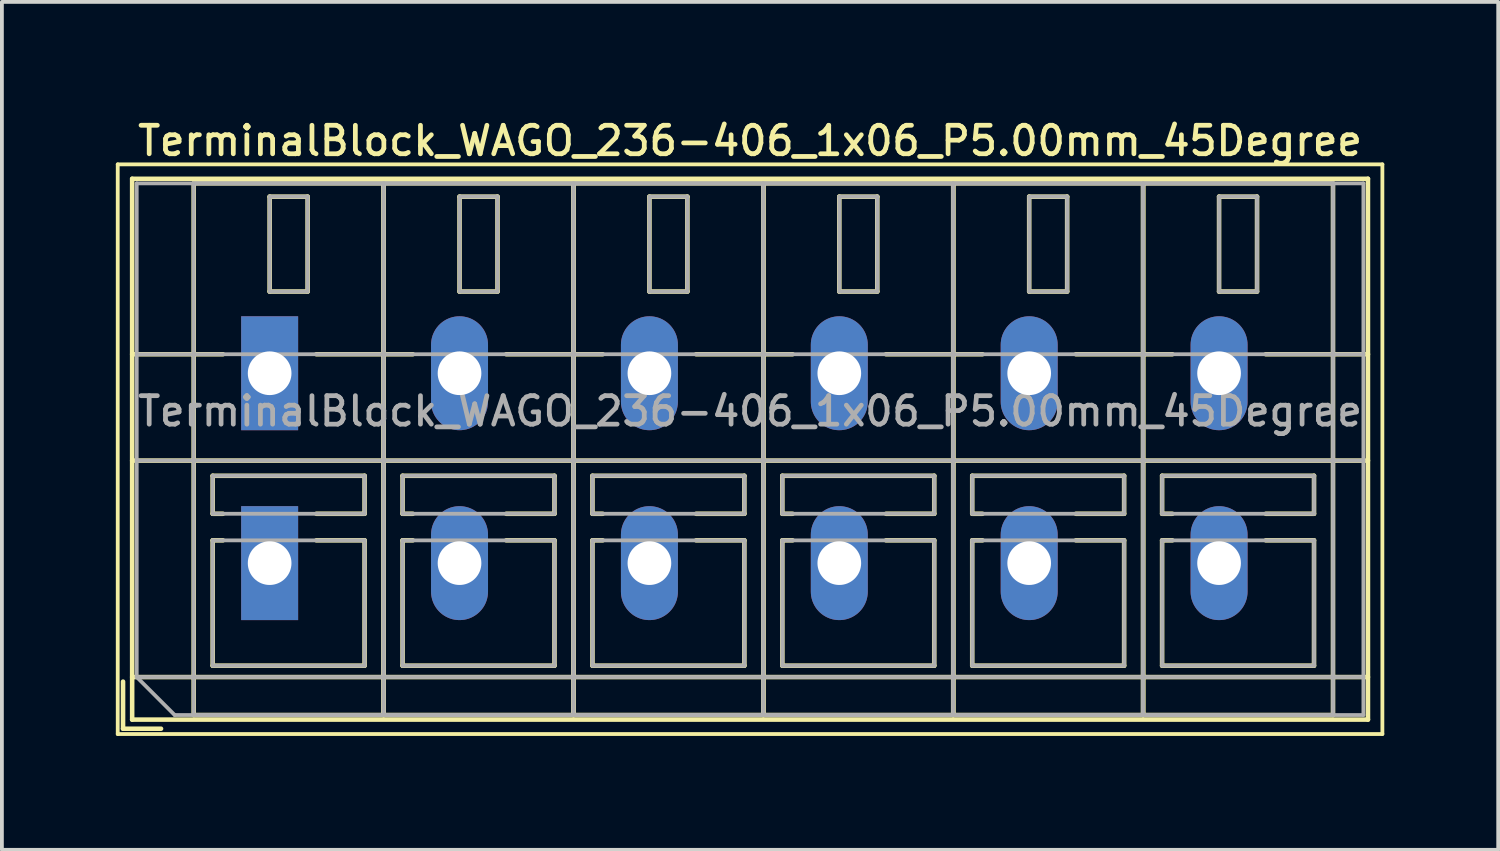
<source format=kicad_pcb>
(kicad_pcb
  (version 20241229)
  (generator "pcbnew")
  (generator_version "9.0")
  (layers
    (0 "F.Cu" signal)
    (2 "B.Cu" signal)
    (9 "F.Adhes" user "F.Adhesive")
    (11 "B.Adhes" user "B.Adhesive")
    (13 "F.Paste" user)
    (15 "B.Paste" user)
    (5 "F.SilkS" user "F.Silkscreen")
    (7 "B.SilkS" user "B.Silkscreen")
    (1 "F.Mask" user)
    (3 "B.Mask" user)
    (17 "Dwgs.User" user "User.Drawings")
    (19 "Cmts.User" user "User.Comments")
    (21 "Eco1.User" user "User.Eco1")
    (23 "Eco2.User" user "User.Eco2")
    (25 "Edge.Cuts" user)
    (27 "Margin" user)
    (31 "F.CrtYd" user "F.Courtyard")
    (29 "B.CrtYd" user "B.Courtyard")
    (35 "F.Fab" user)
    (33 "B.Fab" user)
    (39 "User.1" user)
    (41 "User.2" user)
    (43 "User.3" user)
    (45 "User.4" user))
  (footprint "TerminalBlock_WAGO_236-406_1x06_P5.00mm_45Degree"
    (layer "F.Cu")
    (at 4.05 6.778)
    (property "Reference" "TerminalBlock_WAGO_236-406_1x06_P5.00mm_45Degree" (at 12.65 -6.12 0) (layer "F.SilkS") (effects (font (size 0.75 0.75) (thickness 0.125))))
    (attr through_hole)
    (fp_line (start -4 -5.5) (end -4 9.5) (stroke (width 0.1) (type solid)) (layer "F.SilkS"))
    (fp_line (start -4 9.5) (end 29.3 9.5) (stroke (width 0.1) (type solid)) (layer "F.SilkS"))
    (fp_line (start -3.86 8.12) (end -3.86 9.36) (stroke (width 0.12) (type solid)) (layer "F.SilkS"))
    (fp_line (start -3.86 9.36) (end -2.86 9.36) (stroke (width 0.12) (type solid)) (layer "F.SilkS"))
    (fp_line (start -3.62 -5.12) (end -3.62 9.12) (stroke (width 0.12) (type solid)) (layer "F.SilkS"))
    (fp_line (start -3.62 -5.12) (end 28.92 -5.12) (stroke (width 0.12) (type solid)) (layer "F.SilkS"))
    (fp_line (start -3.62 -0.5) (end -1.23 -0.5) (stroke (width 0.12) (type solid)) (layer "F.SilkS"))
    (fp_line (start -3.62 2.3) (end 28.92 2.3) (stroke (width 0.12) (type solid)) (layer "F.SilkS"))
    (fp_line (start -3.62 8) (end 28.92 8) (stroke (width 0.12) (type solid)) (layer "F.SilkS"))
    (fp_line (start -3.62 9.12) (end 28.92 9.12) (stroke (width 0.12) (type solid)) (layer "F.SilkS"))
    (fp_line (start -2 -5) (end -2 9) (stroke (width 0.12) (type solid)) (layer "F.SilkS"))
    (fp_line (start -2 -5) (end 3 -5) (stroke (width 0.12) (type solid)) (layer "F.SilkS"))
    (fp_line (start -2 9) (end 3 9) (stroke (width 0.12) (type solid)) (layer "F.SilkS"))
    (fp_line (start -1.5 2.7) (end -1.5 3.7) (stroke (width 0.12) (type solid)) (layer "F.SilkS"))
    (fp_line (start -1.5 2.7) (end 2.5 2.7) (stroke (width 0.12) (type solid)) (layer "F.SilkS"))
    (fp_line (start -1.5 3.7) (end -1.23 3.7) (stroke (width 0.12) (type solid)) (layer "F.SilkS"))
    (fp_line (start -1.5 4.4) (end -1.5 7.7) (stroke (width 0.12) (type solid)) (layer "F.SilkS"))
    (fp_line (start -1.5 4.4) (end -1.23 4.4) (stroke (width 0.12) (type solid)) (layer "F.SilkS"))
    (fp_line (start -1.5 7.7) (end 2.5 7.7) (stroke (width 0.12) (type solid)) (layer "F.SilkS"))
    (fp_line (start 0 -4.65) (end 0 -2.151) (stroke (width 0.12) (type solid)) (layer "F.SilkS"))
    (fp_line (start 0 -4.65) (end 1 -4.65) (stroke (width 0.12) (type solid)) (layer "F.SilkS"))
    (fp_line (start 0 -2.151) (end 1 -2.151) (stroke (width 0.12) (type solid)) (layer "F.SilkS"))
    (fp_line (start 1 -4.65) (end 1 -2.151) (stroke (width 0.12) (type solid)) (layer "F.SilkS"))
    (fp_line (start 1.23 -0.5) (end 3.77 -0.5) (stroke (width 0.12) (type solid)) (layer "F.SilkS"))
    (fp_line (start 1.23 3.7) (end 2.5 3.7) (stroke (width 0.12) (type solid)) (layer "F.SilkS"))
    (fp_line (start 1.23 4.4) (end 2.5 4.4) (stroke (width 0.12) (type solid)) (layer "F.SilkS"))
    (fp_line (start 2.5 2.7) (end 2.5 3.7) (stroke (width 0.12) (type solid)) (layer "F.SilkS"))
    (fp_line (start 2.5 4.4) (end 2.5 7.7) (stroke (width 0.12) (type solid)) (layer "F.SilkS"))
    (fp_line (start 3 -5) (end 3 9) (stroke (width 0.12) (type solid)) (layer "F.SilkS"))
    (fp_line (start 3 -5) (end 3 9) (stroke (width 0.12) (type solid)) (layer "F.SilkS"))
    (fp_line (start 3 -5) (end 8 -5) (stroke (width 0.12) (type solid)) (layer "F.SilkS"))
    (fp_line (start 3 9) (end 8 9) (stroke (width 0.12) (type solid)) (layer "F.SilkS"))
    (fp_line (start 3.5 2.7) (end 3.5 3.7) (stroke (width 0.12) (type solid)) (layer "F.SilkS"))
    (fp_line (start 3.5 2.7) (end 7.5 2.7) (stroke (width 0.12) (type solid)) (layer "F.SilkS"))
    (fp_line (start 3.5 3.7) (end 3.77 3.7) (stroke (width 0.12) (type solid)) (layer "F.SilkS"))
    (fp_line (start 3.5 4.4) (end 3.5 7.7) (stroke (width 0.12) (type solid)) (layer "F.SilkS"))
    (fp_line (start 3.5 4.4) (end 3.77 4.4) (stroke (width 0.12) (type solid)) (layer "F.SilkS"))
    (fp_line (start 3.5 7.7) (end 7.5 7.7) (stroke (width 0.12) (type solid)) (layer "F.SilkS"))
    (fp_line (start 5 -4.65) (end 5 -2.151) (stroke (width 0.12) (type solid)) (layer "F.SilkS"))
    (fp_line (start 5 -4.65) (end 6 -4.65) (stroke (width 0.12) (type solid)) (layer "F.SilkS"))
    (fp_line (start 5 -2.151) (end 6 -2.151) (stroke (width 0.12) (type solid)) (layer "F.SilkS"))
    (fp_line (start 6 -4.65) (end 6 -2.151) (stroke (width 0.12) (type solid)) (layer "F.SilkS"))
    (fp_line (start 6.23 -0.5) (end 8.77 -0.5) (stroke (width 0.12) (type solid)) (layer "F.SilkS"))
    (fp_line (start 6.23 3.7) (end 7.5 3.7) (stroke (width 0.12) (type solid)) (layer "F.SilkS"))
    (fp_line (start 6.23 4.4) (end 7.5 4.4) (stroke (width 0.12) (type solid)) (layer "F.SilkS"))
    (fp_line (start 7.5 2.7) (end 7.5 3.7) (stroke (width 0.12) (type solid)) (layer "F.SilkS"))
    (fp_line (start 7.5 4.4) (end 7.5 7.7) (stroke (width 0.12) (type solid)) (layer "F.SilkS"))
    (fp_line (start 8 -5) (end 8 9) (stroke (width 0.12) (type solid)) (layer "F.SilkS"))
    (fp_line (start 8 -5) (end 8 9) (stroke (width 0.12) (type solid)) (layer "F.SilkS"))
    (fp_line (start 8 -5) (end 13 -5) (stroke (width 0.12) (type solid)) (layer "F.SilkS"))
    (fp_line (start 8 9) (end 13 9) (stroke (width 0.12) (type solid)) (layer "F.SilkS"))
    (fp_line (start 8.5 2.7) (end 8.5 3.7) (stroke (width 0.12) (type solid)) (layer "F.SilkS"))
    (fp_line (start 8.5 2.7) (end 12.5 2.7) (stroke (width 0.12) (type solid)) (layer "F.SilkS"))
    (fp_line (start 8.5 3.7) (end 8.77 3.7) (stroke (width 0.12) (type solid)) (layer "F.SilkS"))
    (fp_line (start 8.5 4.4) (end 8.5 7.7) (stroke (width 0.12) (type solid)) (layer "F.SilkS"))
    (fp_line (start 8.5 4.4) (end 8.77 4.4) (stroke (width 0.12) (type solid)) (layer "F.SilkS"))
    (fp_line (start 8.5 7.7) (end 12.5 7.7) (stroke (width 0.12) (type solid)) (layer "F.SilkS"))
    (fp_line (start 10 -4.65) (end 10 -2.151) (stroke (width 0.12) (type solid)) (layer "F.SilkS"))
    (fp_line (start 10 -4.65) (end 11 -4.65) (stroke (width 0.12) (type solid)) (layer "F.SilkS"))
    (fp_line (start 10 -2.151) (end 11 -2.151) (stroke (width 0.12) (type solid)) (layer "F.SilkS"))
    (fp_line (start 11 -4.65) (end 11 -2.151) (stroke (width 0.12) (type solid)) (layer "F.SilkS"))
    (fp_line (start 11.23 -0.5) (end 13.77 -0.5) (stroke (width 0.12) (type solid)) (layer "F.SilkS"))
    (fp_line (start 11.23 3.7) (end 12.5 3.7) (stroke (width 0.12) (type solid)) (layer "F.SilkS"))
    (fp_line (start 11.23 4.4) (end 12.5 4.4) (stroke (width 0.12) (type solid)) (layer "F.SilkS"))
    (fp_line (start 12.5 2.7) (end 12.5 3.7) (stroke (width 0.12) (type solid)) (layer "F.SilkS"))
    (fp_line (start 12.5 4.4) (end 12.5 7.7) (stroke (width 0.12) (type solid)) (layer "F.SilkS"))
    (fp_line (start 13 -5) (end 13 9) (stroke (width 0.12) (type solid)) (layer "F.SilkS"))
    (fp_line (start 13 -5) (end 13 9) (stroke (width 0.12) (type solid)) (layer "F.SilkS"))
    (fp_line (start 13 -5) (end 18 -5) (stroke (width 0.12) (type solid)) (layer "F.SilkS"))
    (fp_line (start 13 9) (end 18 9) (stroke (width 0.12) (type solid)) (layer "F.SilkS"))
    (fp_line (start 13.5 2.7) (end 13.5 3.7) (stroke (width 0.12) (type solid)) (layer "F.SilkS"))
    (fp_line (start 13.5 2.7) (end 17.5 2.7) (stroke (width 0.12) (type solid)) (layer "F.SilkS"))
    (fp_line (start 13.5 3.7) (end 13.77 3.7) (stroke (width 0.12) (type solid)) (layer "F.SilkS"))
    (fp_line (start 13.5 4.4) (end 13.5 7.7) (stroke (width 0.12) (type solid)) (layer "F.SilkS"))
    (fp_line (start 13.5 4.4) (end 13.77 4.4) (stroke (width 0.12) (type solid)) (layer "F.SilkS"))
    (fp_line (start 13.5 7.7) (end 17.5 7.7) (stroke (width 0.12) (type solid)) (layer "F.SilkS"))
    (fp_line (start 15 -4.65) (end 15 -2.151) (stroke (width 0.12) (type solid)) (layer "F.SilkS"))
    (fp_line (start 15 -4.65) (end 16 -4.65) (stroke (width 0.12) (type solid)) (layer "F.SilkS"))
    (fp_line (start 15 -2.151) (end 16 -2.151) (stroke (width 0.12) (type solid)) (layer "F.SilkS"))
    (fp_line (start 16 -4.65) (end 16 -2.151) (stroke (width 0.12) (type solid)) (layer "F.SilkS"))
    (fp_line (start 16.23 -0.5) (end 18.77 -0.5) (stroke (width 0.12) (type solid)) (layer "F.SilkS"))
    (fp_line (start 16.23 3.7) (end 17.5 3.7) (stroke (width 0.12) (type solid)) (layer "F.SilkS"))
    (fp_line (start 16.23 4.4) (end 17.5 4.4) (stroke (width 0.12) (type solid)) (layer "F.SilkS"))
    (fp_line (start 17.5 2.7) (end 17.5 3.7) (stroke (width 0.12) (type solid)) (layer "F.SilkS"))
    (fp_line (start 17.5 4.4) (end 17.5 7.7) (stroke (width 0.12) (type solid)) (layer "F.SilkS"))
    (fp_line (start 18 -5) (end 18 9) (stroke (width 0.12) (type solid)) (layer "F.SilkS"))
    (fp_line (start 18 -5) (end 18 9) (stroke (width 0.12) (type solid)) (layer "F.SilkS"))
    (fp_line (start 18 -5) (end 23 -5) (stroke (width 0.12) (type solid)) (layer "F.SilkS"))
    (fp_line (start 18 9) (end 23 9) (stroke (width 0.12) (type solid)) (layer "F.SilkS"))
    (fp_line (start 18.5 2.7) (end 18.5 3.7) (stroke (width 0.12) (type solid)) (layer "F.SilkS"))
    (fp_line (start 18.5 2.7) (end 22.5 2.7) (stroke (width 0.12) (type solid)) (layer "F.SilkS"))
    (fp_line (start 18.5 3.7) (end 18.77 3.7) (stroke (width 0.12) (type solid)) (layer "F.SilkS"))
    (fp_line (start 18.5 4.4) (end 18.5 7.7) (stroke (width 0.12) (type solid)) (layer "F.SilkS"))
    (fp_line (start 18.5 4.4) (end 18.77 4.4) (stroke (width 0.12) (type solid)) (layer "F.SilkS"))
    (fp_line (start 18.5 7.7) (end 22.5 7.7) (stroke (width 0.12) (type solid)) (layer "F.SilkS"))
    (fp_line (start 20 -4.65) (end 20 -2.151) (stroke (width 0.12) (type solid)) (layer "F.SilkS"))
    (fp_line (start 20 -4.65) (end 21 -4.65) (stroke (width 0.12) (type solid)) (layer "F.SilkS"))
    (fp_line (start 20 -2.151) (end 21 -2.151) (stroke (width 0.12) (type solid)) (layer "F.SilkS"))
    (fp_line (start 21 -4.65) (end 21 -2.151) (stroke (width 0.12) (type solid)) (layer "F.SilkS"))
    (fp_line (start 21.23 -0.5) (end 23.77 -0.5) (stroke (width 0.12) (type solid)) (layer "F.SilkS"))
    (fp_line (start 21.23 3.7) (end 22.5 3.7) (stroke (width 0.12) (type solid)) (layer "F.SilkS"))
    (fp_line (start 21.23 4.4) (end 22.5 4.4) (stroke (width 0.12) (type solid)) (layer "F.SilkS"))
    (fp_line (start 22.5 2.7) (end 22.5 3.7) (stroke (width 0.12) (type solid)) (layer "F.SilkS"))
    (fp_line (start 22.5 4.4) (end 22.5 7.7) (stroke (width 0.12) (type solid)) (layer "F.SilkS"))
    (fp_line (start 23 -5) (end 23 9) (stroke (width 0.12) (type solid)) (layer "F.SilkS"))
    (fp_line (start 23 -5) (end 23 9) (stroke (width 0.12) (type solid)) (layer "F.SilkS"))
    (fp_line (start 23 -5) (end 28 -5) (stroke (width 0.12) (type solid)) (layer "F.SilkS"))
    (fp_line (start 23 9) (end 28 9) (stroke (width 0.12) (type solid)) (layer "F.SilkS"))
    (fp_line (start 23.5 2.7) (end 23.5 3.7) (stroke (width 0.12) (type solid)) (layer "F.SilkS"))
    (fp_line (start 23.5 2.7) (end 27.5 2.7) (stroke (width 0.12) (type solid)) (layer "F.SilkS"))
    (fp_line (start 23.5 3.7) (end 23.77 3.7) (stroke (width 0.12) (type solid)) (layer "F.SilkS"))
    (fp_line (start 23.5 4.4) (end 23.5 7.7) (stroke (width 0.12) (type solid)) (layer "F.SilkS"))
    (fp_line (start 23.5 4.4) (end 23.77 4.4) (stroke (width 0.12) (type solid)) (layer "F.SilkS"))
    (fp_line (start 23.5 7.7) (end 27.5 7.7) (stroke (width 0.12) (type solid)) (layer "F.SilkS"))
    (fp_line (start 25 -4.65) (end 25 -2.151) (stroke (width 0.12) (type solid)) (layer "F.SilkS"))
    (fp_line (start 25 -4.65) (end 26 -4.65) (stroke (width 0.12) (type solid)) (layer "F.SilkS"))
    (fp_line (start 25 -2.151) (end 26 -2.151) (stroke (width 0.12) (type solid)) (layer "F.SilkS"))
    (fp_line (start 26 -4.65) (end 26 -2.151) (stroke (width 0.12) (type solid)) (layer "F.SilkS"))
    (fp_line (start 26.23 -0.5) (end 28.92 -0.5) (stroke (width 0.12) (type solid)) (layer "F.SilkS"))
    (fp_line (start 26.23 3.7) (end 27.5 3.7) (stroke (width 0.12) (type solid)) (layer "F.SilkS"))
    (fp_line (start 26.23 4.4) (end 27.5 4.4) (stroke (width 0.12) (type solid)) (layer "F.SilkS"))
    (fp_line (start 27.5 2.7) (end 27.5 3.7) (stroke (width 0.12) (type solid)) (layer "F.SilkS"))
    (fp_line (start 27.5 4.4) (end 27.5 7.7) (stroke (width 0.12) (type solid)) (layer "F.SilkS"))
    (fp_line (start 28 -5) (end 28 9) (stroke (width 0.12) (type solid)) (layer "F.SilkS"))
    (fp_line (start 28.92 -5.12) (end 28.92 9.12) (stroke (width 0.12) (type solid)) (layer "F.SilkS"))
    (fp_line (start 29.3 -5.5) (end -4 -5.5) (stroke (width 0.1) (type solid)) (layer "F.SilkS"))
    (fp_line (start 29.3 9.5) (end 29.3 -5.5) (stroke (width 0.1) (type solid)) (layer "F.SilkS"))
    (fp_line (start -3.5 -5) (end 28.8 -5) (stroke (width 0.1) (type solid)) (layer "F.Fab"))
    (fp_line (start -3.5 -0.5) (end 28.8 -0.5) (stroke (width 0.1) (type solid)) (layer "F.Fab"))
    (fp_line (start -3.5 2.3) (end 28.8 2.3) (stroke (width 0.1) (type solid)) (layer "F.Fab"))
    (fp_line (start -3.5 8) (end -3.5 -5) (stroke (width 0.1) (type solid)) (layer "F.Fab"))
    (fp_line (start -3.5 8) (end 28.8 8) (stroke (width 0.1) (type solid)) (layer "F.Fab"))
    (fp_line (start -2.5 9) (end -3.5 8) (stroke (width 0.1) (type solid)) (layer "F.Fab"))
    (fp_line (start -2 -5) (end -2 9) (stroke (width 0.1) (type solid)) (layer "F.Fab"))
    (fp_line (start -2 9) (end 3 9) (stroke (width 0.1) (type solid)) (layer "F.Fab"))
    (fp_line (start -1.5 2.7) (end -1.5 3.7) (stroke (width 0.1) (type solid)) (layer "F.Fab"))
    (fp_line (start -1.5 3.7) (end 2.5 3.7) (stroke (width 0.1) (type solid)) (layer "F.Fab"))
    (fp_line (start -1.5 4.4) (end -1.5 7.7) (stroke (width 0.1) (type solid)) (layer "F.Fab"))
    (fp_line (start -1.5 7.7) (end 2.5 7.7) (stroke (width 0.1) (type solid)) (layer "F.Fab"))
    (fp_line (start 0 -4.65) (end 0 -2.15) (stroke (width 0.1) (type solid)) (layer "F.Fab"))
    (fp_line (start 0 -2.15) (end 1 -2.15) (stroke (width 0.1) (type solid)) (layer "F.Fab"))
    (fp_line (start 1 -4.65) (end 0 -4.65) (stroke (width 0.1) (type solid)) (layer "F.Fab"))
    (fp_line (start 1 -2.15) (end 1 -4.65) (stroke (width 0.1) (type solid)) (layer "F.Fab"))
    (fp_line (start 2.5 2.7) (end -1.5 2.7) (stroke (width 0.1) (type solid)) (layer "F.Fab"))
    (fp_line (start 2.5 3.7) (end 2.5 2.7) (stroke (width 0.1) (type solid)) (layer "F.Fab"))
    (fp_line (start 2.5 4.4) (end -1.5 4.4) (stroke (width 0.1) (type solid)) (layer "F.Fab"))
    (fp_line (start 2.5 7.7) (end 2.5 4.4) (stroke (width 0.1) (type solid)) (layer "F.Fab"))
    (fp_line (start 3 -5) (end -2 -5) (stroke (width 0.1) (type solid)) (layer "F.Fab"))
    (fp_line (start 3 -5) (end 3 9) (stroke (width 0.1) (type solid)) (layer "F.Fab"))
    (fp_line (start 3 9) (end 3 -5) (stroke (width 0.1) (type solid)) (layer "F.Fab"))
    (fp_line (start 3 9) (end 8 9) (stroke (width 0.1) (type solid)) (layer "F.Fab"))
    (fp_line (start 3.5 2.7) (end 3.5 3.7) (stroke (width 0.1) (type solid)) (layer "F.Fab"))
    (fp_line (start 3.5 3.7) (end 7.5 3.7) (stroke (width 0.1) (type solid)) (layer "F.Fab"))
    (fp_line (start 3.5 4.4) (end 3.5 7.7) (stroke (width 0.1) (type solid)) (layer "F.Fab"))
    (fp_line (start 3.5 7.7) (end 7.5 7.7) (stroke (width 0.1) (type solid)) (layer "F.Fab"))
    (fp_line (start 5 -4.65) (end 5 -2.15) (stroke (width 0.1) (type solid)) (layer "F.Fab"))
    (fp_line (start 5 -2.15) (end 6 -2.15) (stroke (width 0.1) (type solid)) (layer "F.Fab"))
    (fp_line (start 6 -4.65) (end 5 -4.65) (stroke (width 0.1) (type solid)) (layer "F.Fab"))
    (fp_line (start 6 -2.15) (end 6 -4.65) (stroke (width 0.1) (type solid)) (layer "F.Fab"))
    (fp_line (start 7.5 2.7) (end 3.5 2.7) (stroke (width 0.1) (type solid)) (layer "F.Fab"))
    (fp_line (start 7.5 3.7) (end 7.5 2.7) (stroke (width 0.1) (type solid)) (layer "F.Fab"))
    (fp_line (start 7.5 4.4) (end 3.5 4.4) (stroke (width 0.1) (type solid)) (layer "F.Fab"))
    (fp_line (start 7.5 7.7) (end 7.5 4.4) (stroke (width 0.1) (type solid)) (layer "F.Fab"))
    (fp_line (start 8 -5) (end 3 -5) (stroke (width 0.1) (type solid)) (layer "F.Fab"))
    (fp_line (start 8 -5) (end 8 9) (stroke (width 0.1) (type solid)) (layer "F.Fab"))
    (fp_line (start 8 9) (end 8 -5) (stroke (width 0.1) (type solid)) (layer "F.Fab"))
    (fp_line (start 8 9) (end 13 9) (stroke (width 0.1) (type solid)) (layer "F.Fab"))
    (fp_line (start 8.5 2.7) (end 8.5 3.7) (stroke (width 0.1) (type solid)) (layer "F.Fab"))
    (fp_line (start 8.5 3.7) (end 12.5 3.7) (stroke (width 0.1) (type solid)) (layer "F.Fab"))
    (fp_line (start 8.5 4.4) (end 8.5 7.7) (stroke (width 0.1) (type solid)) (layer "F.Fab"))
    (fp_line (start 8.5 7.7) (end 12.5 7.7) (stroke (width 0.1) (type solid)) (layer "F.Fab"))
    (fp_line (start 10 -4.65) (end 10 -2.15) (stroke (width 0.1) (type solid)) (layer "F.Fab"))
    (fp_line (start 10 -2.15) (end 11 -2.15) (stroke (width 0.1) (type solid)) (layer "F.Fab"))
    (fp_line (start 11 -4.65) (end 10 -4.65) (stroke (width 0.1) (type solid)) (layer "F.Fab"))
    (fp_line (start 11 -2.15) (end 11 -4.65) (stroke (width 0.1) (type solid)) (layer "F.Fab"))
    (fp_line (start 12.5 2.7) (end 8.5 2.7) (stroke (width 0.1) (type solid)) (layer "F.Fab"))
    (fp_line (start 12.5 3.7) (end 12.5 2.7) (stroke (width 0.1) (type solid)) (layer "F.Fab"))
    (fp_line (start 12.5 4.4) (end 8.5 4.4) (stroke (width 0.1) (type solid)) (layer "F.Fab"))
    (fp_line (start 12.5 7.7) (end 12.5 4.4) (stroke (width 0.1) (type solid)) (layer "F.Fab"))
    (fp_line (start 13 -5) (end 8 -5) (stroke (width 0.1) (type solid)) (layer "F.Fab"))
    (fp_line (start 13 -5) (end 13 9) (stroke (width 0.1) (type solid)) (layer "F.Fab"))
    (fp_line (start 13 9) (end 13 -5) (stroke (width 0.1) (type solid)) (layer "F.Fab"))
    (fp_line (start 13 9) (end 18 9) (stroke (width 0.1) (type solid)) (layer "F.Fab"))
    (fp_line (start 13.5 2.7) (end 13.5 3.7) (stroke (width 0.1) (type solid)) (layer "F.Fab"))
    (fp_line (start 13.5 3.7) (end 17.5 3.7) (stroke (width 0.1) (type solid)) (layer "F.Fab"))
    (fp_line (start 13.5 4.4) (end 13.5 7.7) (stroke (width 0.1) (type solid)) (layer "F.Fab"))
    (fp_line (start 13.5 7.7) (end 17.5 7.7) (stroke (width 0.1) (type solid)) (layer "F.Fab"))
    (fp_line (start 15 -4.65) (end 15 -2.15) (stroke (width 0.1) (type solid)) (layer "F.Fab"))
    (fp_line (start 15 -2.15) (end 16 -2.15) (stroke (width 0.1) (type solid)) (layer "F.Fab"))
    (fp_line (start 16 -4.65) (end 15 -4.65) (stroke (width 0.1) (type solid)) (layer "F.Fab"))
    (fp_line (start 16 -2.15) (end 16 -4.65) (stroke (width 0.1) (type solid)) (layer "F.Fab"))
    (fp_line (start 17.5 2.7) (end 13.5 2.7) (stroke (width 0.1) (type solid)) (layer "F.Fab"))
    (fp_line (start 17.5 3.7) (end 17.5 2.7) (stroke (width 0.1) (type solid)) (layer "F.Fab"))
    (fp_line (start 17.5 4.4) (end 13.5 4.4) (stroke (width 0.1) (type solid)) (layer "F.Fab"))
    (fp_line (start 17.5 7.7) (end 17.5 4.4) (stroke (width 0.1) (type solid)) (layer "F.Fab"))
    (fp_line (start 18 -5) (end 13 -5) (stroke (width 0.1) (type solid)) (layer "F.Fab"))
    (fp_line (start 18 -5) (end 18 9) (stroke (width 0.1) (type solid)) (layer "F.Fab"))
    (fp_line (start 18 9) (end 18 -5) (stroke (width 0.1) (type solid)) (layer "F.Fab"))
    (fp_line (start 18 9) (end 23 9) (stroke (width 0.1) (type solid)) (layer "F.Fab"))
    (fp_line (start 18.5 2.7) (end 18.5 3.7) (stroke (width 0.1) (type solid)) (layer "F.Fab"))
    (fp_line (start 18.5 3.7) (end 22.5 3.7) (stroke (width 0.1) (type solid)) (layer "F.Fab"))
    (fp_line (start 18.5 4.4) (end 18.5 7.7) (stroke (width 0.1) (type solid)) (layer "F.Fab"))
    (fp_line (start 18.5 7.7) (end 22.5 7.7) (stroke (width 0.1) (type solid)) (layer "F.Fab"))
    (fp_line (start 20 -4.65) (end 20 -2.15) (stroke (width 0.1) (type solid)) (layer "F.Fab"))
    (fp_line (start 20 -2.15) (end 21 -2.15) (stroke (width 0.1) (type solid)) (layer "F.Fab"))
    (fp_line (start 21 -4.65) (end 20 -4.65) (stroke (width 0.1) (type solid)) (layer "F.Fab"))
    (fp_line (start 21 -2.15) (end 21 -4.65) (stroke (width 0.1) (type solid)) (layer "F.Fab"))
    (fp_line (start 22.5 2.7) (end 18.5 2.7) (stroke (width 0.1) (type solid)) (layer "F.Fab"))
    (fp_line (start 22.5 3.7) (end 22.5 2.7) (stroke (width 0.1) (type solid)) (layer "F.Fab"))
    (fp_line (start 22.5 4.4) (end 18.5 4.4) (stroke (width 0.1) (type solid)) (layer "F.Fab"))
    (fp_line (start 22.5 7.7) (end 22.5 4.4) (stroke (width 0.1) (type solid)) (layer "F.Fab"))
    (fp_line (start 23 -5) (end 18 -5) (stroke (width 0.1) (type solid)) (layer "F.Fab"))
    (fp_line (start 23 -5) (end 23 9) (stroke (width 0.1) (type solid)) (layer "F.Fab"))
    (fp_line (start 23 9) (end 23 -5) (stroke (width 0.1) (type solid)) (layer "F.Fab"))
    (fp_line (start 23 9) (end 28 9) (stroke (width 0.1) (type solid)) (layer "F.Fab"))
    (fp_line (start 23.5 2.7) (end 23.5 3.7) (stroke (width 0.1) (type solid)) (layer "F.Fab"))
    (fp_line (start 23.5 3.7) (end 27.5 3.7) (stroke (width 0.1) (type solid)) (layer "F.Fab"))
    (fp_line (start 23.5 4.4) (end 23.5 7.7) (stroke (width 0.1) (type solid)) (layer "F.Fab"))
    (fp_line (start 23.5 7.7) (end 27.5 7.7) (stroke (width 0.1) (type solid)) (layer "F.Fab"))
    (fp_line (start 25 -4.65) (end 25 -2.15) (stroke (width 0.1) (type solid)) (layer "F.Fab"))
    (fp_line (start 25 -2.15) (end 26 -2.15) (stroke (width 0.1) (type solid)) (layer "F.Fab"))
    (fp_line (start 26 -4.65) (end 25 -4.65) (stroke (width 0.1) (type solid)) (layer "F.Fab"))
    (fp_line (start 26 -2.15) (end 26 -4.65) (stroke (width 0.1) (type solid)) (layer "F.Fab"))
    (fp_line (start 27.5 2.7) (end 23.5 2.7) (stroke (width 0.1) (type solid)) (layer "F.Fab"))
    (fp_line (start 27.5 3.7) (end 27.5 2.7) (stroke (width 0.1) (type solid)) (layer "F.Fab"))
    (fp_line (start 27.5 4.4) (end 23.5 4.4) (stroke (width 0.1) (type solid)) (layer "F.Fab"))
    (fp_line (start 27.5 7.7) (end 27.5 4.4) (stroke (width 0.1) (type solid)) (layer "F.Fab"))
    (fp_line (start 28 -5) (end 23 -5) (stroke (width 0.1) (type solid)) (layer "F.Fab"))
    (fp_line (start 28 9) (end 28 -5) (stroke (width 0.1) (type solid)) (layer "F.Fab"))
    (fp_line (start 28.8 -5) (end 28.8 9) (stroke (width 0.1) (type solid)) (layer "F.Fab"))
    (fp_line (start 28.8 9) (end -2.5 9) (stroke (width 0.1) (type solid)) (layer "F.Fab"))
    (fp_text user "${REFERENCE}" (at 12.65 1 0) (layer "F.Fab") (effects (font (size 0.75 0.75) (thickness 0.125))))
    (pad "1" thru_hole rect (at 0 0) (size 1.5 3) (drill 1.15) (layers "*.Cu" "*.Mask"))
    (pad "1" thru_hole rect (at 0 5) (size 1.5 3) (drill 1.15) (layers "*.Cu" "*.Mask"))
    (pad "2" thru_hole oval (at 5 0) (size 1.5 3) (drill 1.15) (layers "*.Cu" "*.Mask"))
    (pad "2" thru_hole oval (at 5 5) (size 1.5 3) (drill 1.15) (layers "*.Cu" "*.Mask"))
    (pad "3" thru_hole oval (at 10 0) (size 1.5 3) (drill 1.15) (layers "*.Cu" "*.Mask"))
    (pad "3" thru_hole oval (at 10 5) (size 1.5 3) (drill 1.15) (layers "*.Cu" "*.Mask"))
    (pad "4" thru_hole oval (at 15 0) (size 1.5 3) (drill 1.15) (layers "*.Cu" "*.Mask"))
    (pad "4" thru_hole oval (at 15 5) (size 1.5 3) (drill 1.15) (layers "*.Cu" "*.Mask"))
    (pad "5" thru_hole oval (at 20 0) (size 1.5 3) (drill 1.15) (layers "*.Cu" "*.Mask"))
    (pad "5" thru_hole oval (at 20 5) (size 1.5 3) (drill 1.15) (layers "*.Cu" "*.Mask"))
    (pad "6" thru_hole oval (at 25 0) (size 1.5 3) (drill 1.15) (layers "*.Cu" "*.Mask"))
    (pad "6" thru_hole oval (at 25 5) (size 1.5 3) (drill 1.15) (layers "*.Cu" "*.Mask")))
  (gr_rect
    (start -3 -3)
    (end 36.4 19.328)
    (stroke (width 0.1) (type default))
    (fill no)
    (layer "Edge.Cuts")))
</source>
